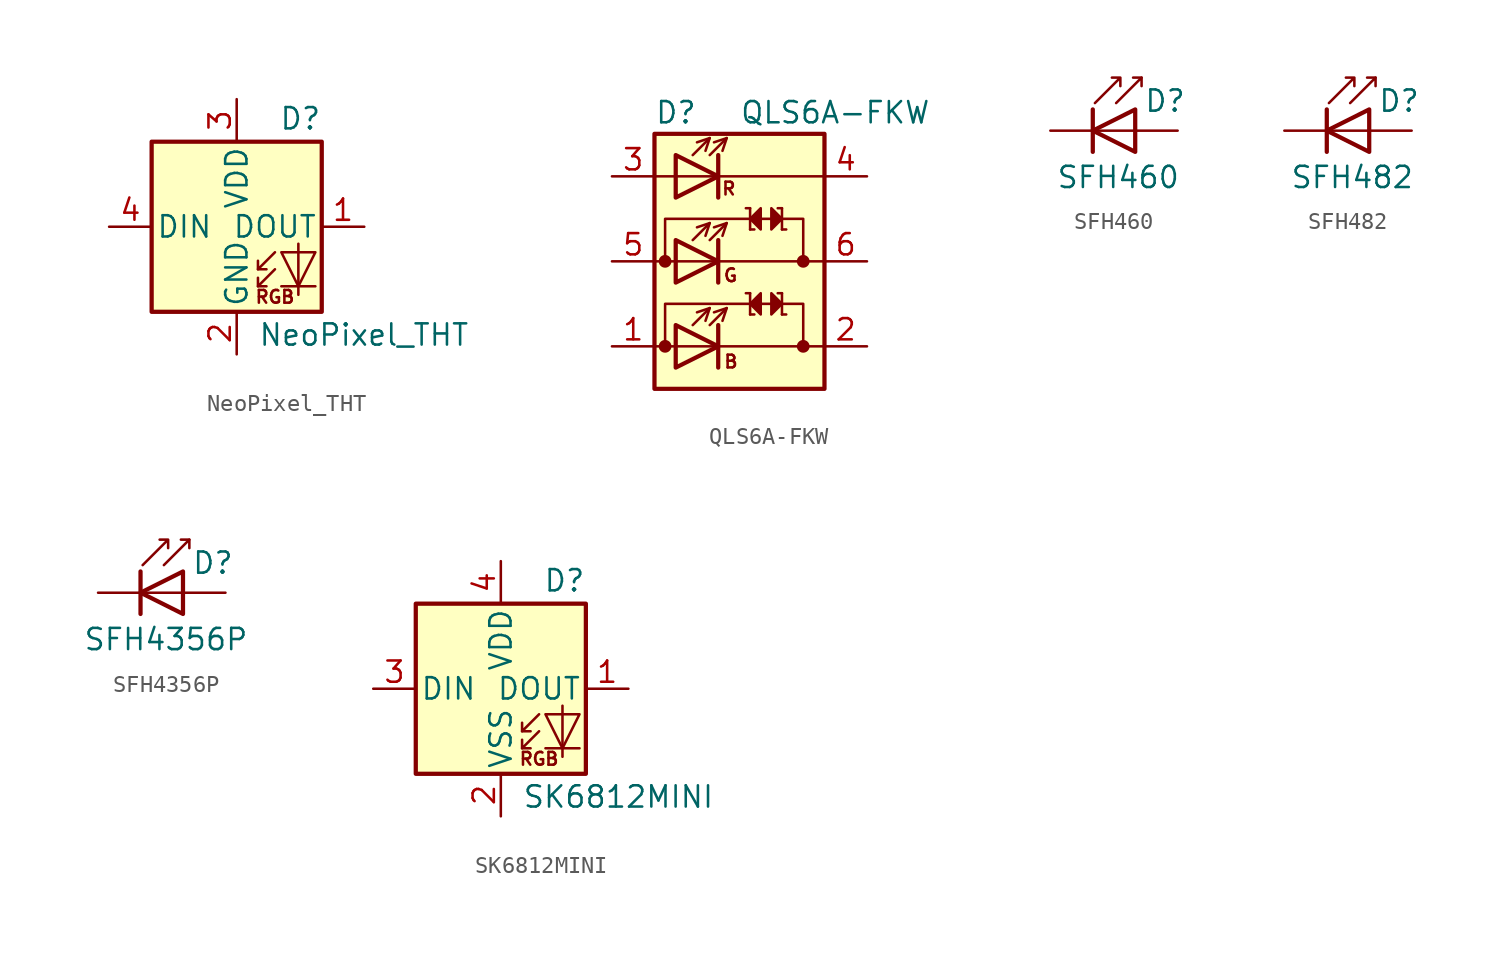
<source format=kicad_sym>
(kicad_symbol_lib
  (version 20241209)
  (generator "kicad_symbol_editor")
  (generator_version "9.0")
  (symbol "NeoPixel_THT"
    (pin_names
      (offset 0.254))
    (property "Reference" "D"
      (at 5.08 5.715 0)
      (effects (font (size 1.27 1.27)) (justify right bottom)))
    (property "Value" "NeoPixel_THT"
      (at 1.27 -5.715 0)
      (effects (font (size 1.27 1.27)) (justify left top)))
    (symbol "NeoPixel_THT_0_0"
      (text "RGB" (at 2.286 -4.191 0) (effects (font (size 0.762 0.762)))))
    (symbol "NeoPixel_THT_0_1"
      (polyline (pts (xy 1.27 -2.54) (xy 1.778 -2.54)) (stroke (width 0) (type default)) (fill (type none)))
      (polyline (pts (xy 1.27 -3.556) (xy 1.778 -3.556)) (stroke (width 0) (type default)) (fill (type none)))
      (polyline (pts (xy 2.286 -1.524) (xy 1.27 -2.54) (xy 1.27 -2.032)) (stroke (width 0) (type default)) (fill (type none)))
      (polyline (pts (xy 2.286 -2.54) (xy 1.27 -3.556) (xy 1.27 -3.048)) (stroke (width 0) (type default)) (fill (type none)))
      (polyline (pts (xy 3.683 -1.016) (xy 3.683 -3.556) (xy 3.683 -4.064)) (stroke (width 0) (type default)) (fill (type none)))
      (polyline (pts (xy 4.699 -1.524) (xy 2.667 -1.524) (xy 3.683 -3.556) (xy 4.699 -1.524)) (stroke (width 0) (type default)) (fill (type none)))
      (polyline (pts (xy 4.699 -3.556) (xy 2.667 -3.556)) (stroke (width 0) (type default)) (fill (type none)))
      (rectangle (start 5.08 5.08) (end -5.08 -5.08) (stroke (width 0.254) (type default)) (fill (type background))))
    (symbol "NeoPixel_THT_1_1"
      (pin input line (at -7.62 0 0) (length 2.54) (name "DIN" (effects (font (size 1.27 1.27)))) (number "4" (effects (font (size 1.27 1.27)))))
      (pin power_in line (at 0 7.62 270) (length 2.54) (name "VDD" (effects (font (size 1.27 1.27)))) (number "3" (effects (font (size 1.27 1.27)))))
      (pin power_in line (at 0 -7.62 90) (length 2.54) (name "GND" (effects (font (size 1.27 1.27)))) (number "2" (effects (font (size 1.27 1.27)))))
      (pin output line (at 7.62 0 180) (length 2.54) (name "DOUT" (effects (font (size 1.27 1.27)))) (number "1" (effects (font (size 1.27 1.27)))))))
  (symbol "QLS6A-FKW"
    (pin_names
      (hide yes))
    (property "Reference" "D"
      (at -5.08 8.89 0)
      (effects (font (size 1.27 1.27)) (justify left)))
    (property "Value" "QLS6A-FKW"
      (at 0 8.89 0)
      (effects (font (size 1.27 1.27)) (justify left)))
    (symbol "QLS6A-FKW_0_0"
      (text "R" (at -0.635 4.343 0) (effects (font (size 0.762 0.762))))
      (text "G" (at -0.533 -0.838 0) (effects (font (size 0.762 0.762))))
      (text "B" (at -0.508 -5.994 0) (effects (font (size 0.762 0.762)))))
    (symbol "QLS6A-FKW_0_1"
      (rectangle (start -5.08 7.62) (end 5.08 -7.62) (stroke (width 0.254) (type default)) (fill (type background)))
      (polyline (pts (xy -5.08 0) (xy 5.08 0)) (stroke (width 0) (type default)) (fill (type none)))
      (polyline (pts (xy -5.08 -5.08) (xy 5.08 -5.08)) (stroke (width 0) (type default)) (fill (type none)))
      (polyline (pts (xy -4.445 0) (xy -4.445 2.54) (xy 3.81 2.54) (xy 3.81 0)) (stroke (width 0) (type default)) (fill (type none)))
      (polyline (pts (xy -3.81 6.35) (xy -1.27 5.08) (xy -3.81 3.81) (xy -3.81 6.35)) (stroke (width 0.254) (type default)) (fill (type none)))
      (polyline (pts (xy -3.81 1.27) (xy -3.81 -1.27) (xy -1.27 0) (xy -3.81 1.27)) (stroke (width 0.254) (type default)) (fill (type none)))
      (polyline (pts (xy -3.81 -3.81) (xy -3.81 -6.35) (xy -1.27 -5.08) (xy -3.81 -3.81)) (stroke (width 0.254) (type default)) (fill (type none)))
      (polyline (pts (xy -1.27 6.35) (xy -1.27 3.81)) (stroke (width 0.254) (type default)) (fill (type none)))
      (polyline (pts (xy -1.27 1.27) (xy -1.27 -1.27)) (stroke (width 0.254) (type default)) (fill (type none)))
      (polyline (pts (xy -1.27 -3.81) (xy -1.27 -6.35)) (stroke (width 0.254) (type default)) (fill (type none)))
      (polyline (pts (xy 0.635 3.175) (xy 0.381 3.175)) (stroke (width 0) (type default)) (fill (type none)))
      (polyline (pts (xy 0.635 3.175) (xy 0.635 1.905)) (stroke (width 0) (type default)) (fill (type none)))
      (polyline (pts (xy 0.635 1.905) (xy 0.889 1.905)) (stroke (width 0) (type default)) (fill (type none)))
      (polyline (pts (xy 0.635 -1.905) (xy 0.381 -1.905)) (stroke (width 0) (type default)) (fill (type none)))
      (polyline (pts (xy 0.635 -1.905) (xy 0.635 -3.175)) (stroke (width 0) (type default)) (fill (type none)))
      (polyline (pts (xy 0.635 -2.54) (xy 1.27 -3.175) (xy 1.27 -1.905) (xy 0.635 -2.54)) (stroke (width 0) (type default)) (fill (type outline)))
      (polyline (pts (xy 0.889 -3.175) (xy 0.635 -3.175)) (stroke (width 0) (type default)) (fill (type none)))
      (polyline (pts (xy 1.27 3.175) (xy 1.27 1.905) (xy 0.635 2.54) (xy 1.27 3.175)) (stroke (width 0) (type default)) (fill (type outline)))
      (polyline (pts (xy 1.905 3.175) (xy 1.905 1.905) (xy 2.54 2.54) (xy 1.905 3.175)) (stroke (width 0) (type default)) (fill (type outline)))
      (polyline (pts (xy 1.905 -1.905) (xy 1.905 -3.175) (xy 2.54 -2.54) (xy 1.905 -1.905)) (stroke (width 0) (type default)) (fill (type outline)))
      (polyline (pts (xy 2.54 3.175) (xy 2.286 3.175)) (stroke (width 0) (type default)) (fill (type none)))
      (polyline (pts (xy 2.54 1.905) (xy 2.54 3.175)) (stroke (width 0) (type default)) (fill (type none)))
      (polyline (pts (xy 2.54 1.905) (xy 2.794 1.905)) (stroke (width 0) (type default)) (fill (type none)))
      (polyline (pts (xy 2.54 -1.905) (xy 2.286 -1.905)) (stroke (width 0) (type default)) (fill (type none)))
      (polyline (pts (xy 2.54 -1.905) (xy 2.54 -3.175)) (stroke (width 0) (type default)) (fill (type none)))
      (polyline (pts (xy 2.54 -3.175) (xy 2.794 -3.175)) (stroke (width 0) (type default)) (fill (type none)))
      (polyline (pts (xy 3.81 -5.08) (xy 3.81 -2.54) (xy -4.445 -2.54) (xy -4.445 -5.08)) (stroke (width 0) (type default)) (fill (type none))))
    (symbol "QLS6A-FKW_1_1"
      (polyline (pts (xy -5.08 5.08) (xy 5.08 5.08)) (stroke (width 0) (type default)) (fill (type none)))
      (circle (center -4.445 0) (radius 0.254) (stroke (width 0.254) (type default)) (fill (type outline)))
      (circle (center -4.445 -5.08) (radius 0.254) (stroke (width 0.254) (type default)) (fill (type outline)))
      (polyline (pts (xy -2.794 6.35) (xy -1.778 7.366)) (stroke (width 0) (type default)) (fill (type none)))
      (polyline (pts (xy -2.794 1.27) (xy -1.778 2.286)) (stroke (width 0) (type default)) (fill (type none)))
      (polyline (pts (xy -2.794 -3.81) (xy -1.778 -2.794)) (stroke (width 0) (type default)) (fill (type none)))
      (polyline (pts (xy -2.54 7.112) (xy -1.778 7.366) (xy -2.032 6.604)) (stroke (width 0) (type default)) (fill (type none)))
      (polyline (pts (xy -2.54 2.032) (xy -1.778 2.286) (xy -2.032 1.524)) (stroke (width 0) (type default)) (fill (type none)))
      (polyline (pts (xy -2.54 -3.048) (xy -1.778 -2.794) (xy -2.032 -3.556)) (stroke (width 0) (type default)) (fill (type none)))
      (polyline (pts (xy -1.778 6.35) (xy -0.762 7.366)) (stroke (width 0) (type default)) (fill (type none)))
      (polyline (pts (xy -1.778 1.27) (xy -0.762 2.286)) (stroke (width 0) (type default)) (fill (type none)))
      (polyline (pts (xy -1.778 -3.81) (xy -0.762 -2.794)) (stroke (width 0) (type default)) (fill (type none)))
      (polyline (pts (xy -1.524 7.112) (xy -0.762 7.366) (xy -1.016 6.604)) (stroke (width 0) (type default)) (fill (type none)))
      (polyline (pts (xy -1.524 2.032) (xy -0.762 2.286) (xy -1.016 1.524)) (stroke (width 0) (type default)) (fill (type none)))
      (polyline (pts (xy -1.524 -3.048) (xy -0.762 -2.794) (xy -1.016 -3.556)) (stroke (width 0) (type default)) (fill (type none)))
      (circle (center 3.81 0) (radius 0.254) (stroke (width 0.254) (type default)) (fill (type outline)))
      (circle (center 3.81 -5.08) (radius 0.254) (stroke (width 0.254) (type default)) (fill (type outline)))
      (pin passive line (at -7.62 5.08 0) (length 2.54) (name "AR" (effects (font (size 1.27 1.27)))) (number "3" (effects (font (size 1.27 1.27)))))
      (pin passive line (at -7.62 0 0) (length 2.54) (name "AG" (effects (font (size 1.27 1.27)))) (number "5" (effects (font (size 1.27 1.27)))))
      (pin passive line (at -7.62 -5.08 0) (length 2.54) (name "AB" (effects (font (size 1.27 1.27)))) (number "1" (effects (font (size 1.27 1.27)))))
      (pin passive line (at 7.62 5.08 180) (length 2.54) (name "KR" (effects (font (size 1.27 1.27)))) (number "4" (effects (font (size 1.27 1.27)))))
      (pin passive line (at 7.62 0 180) (length 2.54) (name "KR" (effects (font (size 1.27 1.27)))) (number "6" (effects (font (size 1.27 1.27)))))
      (pin passive line (at 7.62 -5.08 180) (length 2.54) (name "KB" (effects (font (size 1.27 1.27)))) (number "2" (effects (font (size 1.27 1.27)))))))
  (symbol "SFH460"
    (pin_numbers
      (hide yes))
    (pin_names
      (offset 1.016)
      (hide yes))
    (property "Reference" "D"
      (at 0.508 1.778 0)
      (effects (font (size 1.27 1.27)) (justify left)))
    (property "Value" "SFH460"
      (at -1.016 -2.794 0)
      (effects (font (size 1.27 1.27))))
    (symbol "SFH460_0_1"
      (polyline (pts (xy -2.54 1.27) (xy -2.54 -1.27)) (stroke (width 0.254) (type default)) (fill (type none)))
      (polyline (pts (xy -2.413 1.651) (xy -0.889 3.175) (xy -0.889 2.667) (xy -0.889 3.175) (xy -1.397 3.175)) (stroke (width 0) (type default)) (fill (type none)))
      (polyline (pts (xy -1.143 1.651) (xy 0.381 3.175) (xy 0.381 2.667)) (stroke (width 0) (type default)) (fill (type none)))
      (polyline (pts (xy 0 1.27) (xy 0 -1.27) (xy -2.54 0) (xy 0 1.27)) (stroke (width 0.254) (type default)) (fill (type none)))
      (polyline (pts (xy 0 0) (xy -2.54 0)) (stroke (width 0) (type default)) (fill (type none)))
      (polyline (pts (xy 0.381 3.175) (xy -0.127 3.175)) (stroke (width 0) (type default)) (fill (type none))))
    (symbol "SFH460_1_1"
      (pin passive line (at -5.08 0 0) (length 2.54) (name "K" (effects (font (size 1.27 1.27)))) (number "1" (effects (font (size 1.27 1.27)))))
      (pin passive line (at 2.54 0 180) (length 2.54) (name "A" (effects (font (size 1.27 1.27)))) (number "2" (effects (font (size 1.27 1.27)))))))
  (symbol "SFH482"
    (pin_numbers
      (hide yes))
    (pin_names
      (offset 1.016)
      (hide yes))
    (property "Reference" "D"
      (at 0.508 1.778 0)
      (effects (font (size 1.27 1.27)) (justify left)))
    (property "Value" "SFH482"
      (at -1.016 -2.794 0)
      (effects (font (size 1.27 1.27))))
    (symbol "SFH482_0_1"
      (polyline (pts (xy -2.54 1.27) (xy -2.54 -1.27)) (stroke (width 0.254) (type default)) (fill (type none)))
      (polyline (pts (xy -2.413 1.651) (xy -0.889 3.175) (xy -0.889 2.667) (xy -0.889 3.175) (xy -1.397 3.175)) (stroke (width 0) (type default)) (fill (type none)))
      (polyline (pts (xy -1.143 1.651) (xy 0.381 3.175) (xy 0.381 2.667)) (stroke (width 0) (type default)) (fill (type none)))
      (polyline (pts (xy 0 1.27) (xy 0 -1.27) (xy -2.54 0) (xy 0 1.27)) (stroke (width 0.254) (type default)) (fill (type none)))
      (polyline (pts (xy 0 0) (xy -2.54 0)) (stroke (width 0) (type default)) (fill (type none)))
      (polyline (pts (xy 0.381 3.175) (xy -0.127 3.175)) (stroke (width 0) (type default)) (fill (type none))))
    (symbol "SFH482_1_1"
      (pin passive line (at -5.08 0 0) (length 2.54) (name "K" (effects (font (size 1.27 1.27)))) (number "1" (effects (font (size 1.27 1.27)))))
      (pin passive line (at 2.54 0 180) (length 2.54) (name "A" (effects (font (size 1.27 1.27)))) (number "2" (effects (font (size 1.27 1.27)))))))
  (symbol "SFH4356P"
    (pin_numbers
      (hide yes))
    (pin_names
      (offset 1.016)
      (hide yes))
    (property "Reference" "D"
      (at 0.508 1.778 0)
      (effects (font (size 1.27 1.27)) (justify left)))
    (property "Value" "SFH4356P"
      (at -1.016 -2.794 0)
      (effects (font (size 1.27 1.27))))
    (symbol "SFH4356P_0_1"
      (polyline (pts (xy -2.54 1.27) (xy -2.54 -1.27)) (stroke (width 0.254) (type default)) (fill (type none)))
      (polyline (pts (xy -2.413 1.651) (xy -0.889 3.175) (xy -0.889 2.667) (xy -0.889 3.175) (xy -1.397 3.175)) (stroke (width 0) (type default)) (fill (type none)))
      (polyline (pts (xy -1.143 1.651) (xy 0.381 3.175) (xy 0.381 2.667)) (stroke (width 0) (type default)) (fill (type none)))
      (polyline (pts (xy 0 1.27) (xy -2.54 0) (xy 0 -1.27) (xy 0 1.27)) (stroke (width 0.254) (type default)) (fill (type none)))
      (polyline (pts (xy 0 0) (xy -2.54 0)) (stroke (width 0) (type default)) (fill (type none)))
      (polyline (pts (xy 0.381 3.175) (xy -0.127 3.175)) (stroke (width 0) (type default)) (fill (type none))))
    (symbol "SFH4356P_1_1"
      (pin passive line (at -5.08 0 0) (length 2.54) (name "K" (effects (font (size 1.27 1.27)))) (number "1" (effects (font (size 1.27 1.27)))))
      (pin passive line (at 2.54 0 180) (length 2.54) (name "A" (effects (font (size 1.27 1.27)))) (number "2" (effects (font (size 1.27 1.27)))))))
  (symbol "SK6812MINI"
    (pin_names
      (offset 0.254))
    (property "Reference" "D"
      (at 5.08 5.715 0)
      (effects (font (size 1.27 1.27)) (justify right bottom)))
    (property "Value" "SK6812MINI"
      (at 1.27 -5.715 0)
      (effects (font (size 1.27 1.27)) (justify left top)))
    (symbol "SK6812MINI_0_0"
      (text "RGB" (at 2.286 -4.191 0) (effects (font (size 0.762 0.762)))))
    (symbol "SK6812MINI_0_1"
      (polyline (pts (xy 1.27 -2.54) (xy 1.778 -2.54)) (stroke (width 0) (type default)) (fill (type none)))
      (polyline (pts (xy 1.27 -3.556) (xy 1.778 -3.556)) (stroke (width 0) (type default)) (fill (type none)))
      (polyline (pts (xy 2.286 -1.524) (xy 1.27 -2.54) (xy 1.27 -2.032)) (stroke (width 0) (type default)) (fill (type none)))
      (polyline (pts (xy 2.286 -2.54) (xy 1.27 -3.556) (xy 1.27 -3.048)) (stroke (width 0) (type default)) (fill (type none)))
      (polyline (pts (xy 3.683 -1.016) (xy 3.683 -3.556) (xy 3.683 -4.064)) (stroke (width 0) (type default)) (fill (type none)))
      (polyline (pts (xy 4.699 -1.524) (xy 2.667 -1.524) (xy 3.683 -3.556) (xy 4.699 -1.524)) (stroke (width 0) (type default)) (fill (type none)))
      (polyline (pts (xy 4.699 -3.556) (xy 2.667 -3.556)) (stroke (width 0) (type default)) (fill (type none)))
      (rectangle (start 5.08 5.08) (end -5.08 -5.08) (stroke (width 0.254) (type default)) (fill (type background))))
    (symbol "SK6812MINI_1_1"
      (pin input line (at -7.62 0 0) (length 2.54) (name "DIN" (effects (font (size 1.27 1.27)))) (number "3" (effects (font (size 1.27 1.27)))))
      (pin power_in line (at 0 7.62 270) (length 2.54) (name "VDD" (effects (font (size 1.27 1.27)))) (number "4" (effects (font (size 1.27 1.27)))))
      (pin power_in line (at 0 -7.62 90) (length 2.54) (name "VSS" (effects (font (size 1.27 1.27)))) (number "2" (effects (font (size 1.27 1.27)))))
      (pin output line (at 7.62 0 180) (length 2.54) (name "DOUT" (effects (font (size 1.27 1.27)))) (number "1" (effects (font (size 1.27 1.27))))))))
</source>
